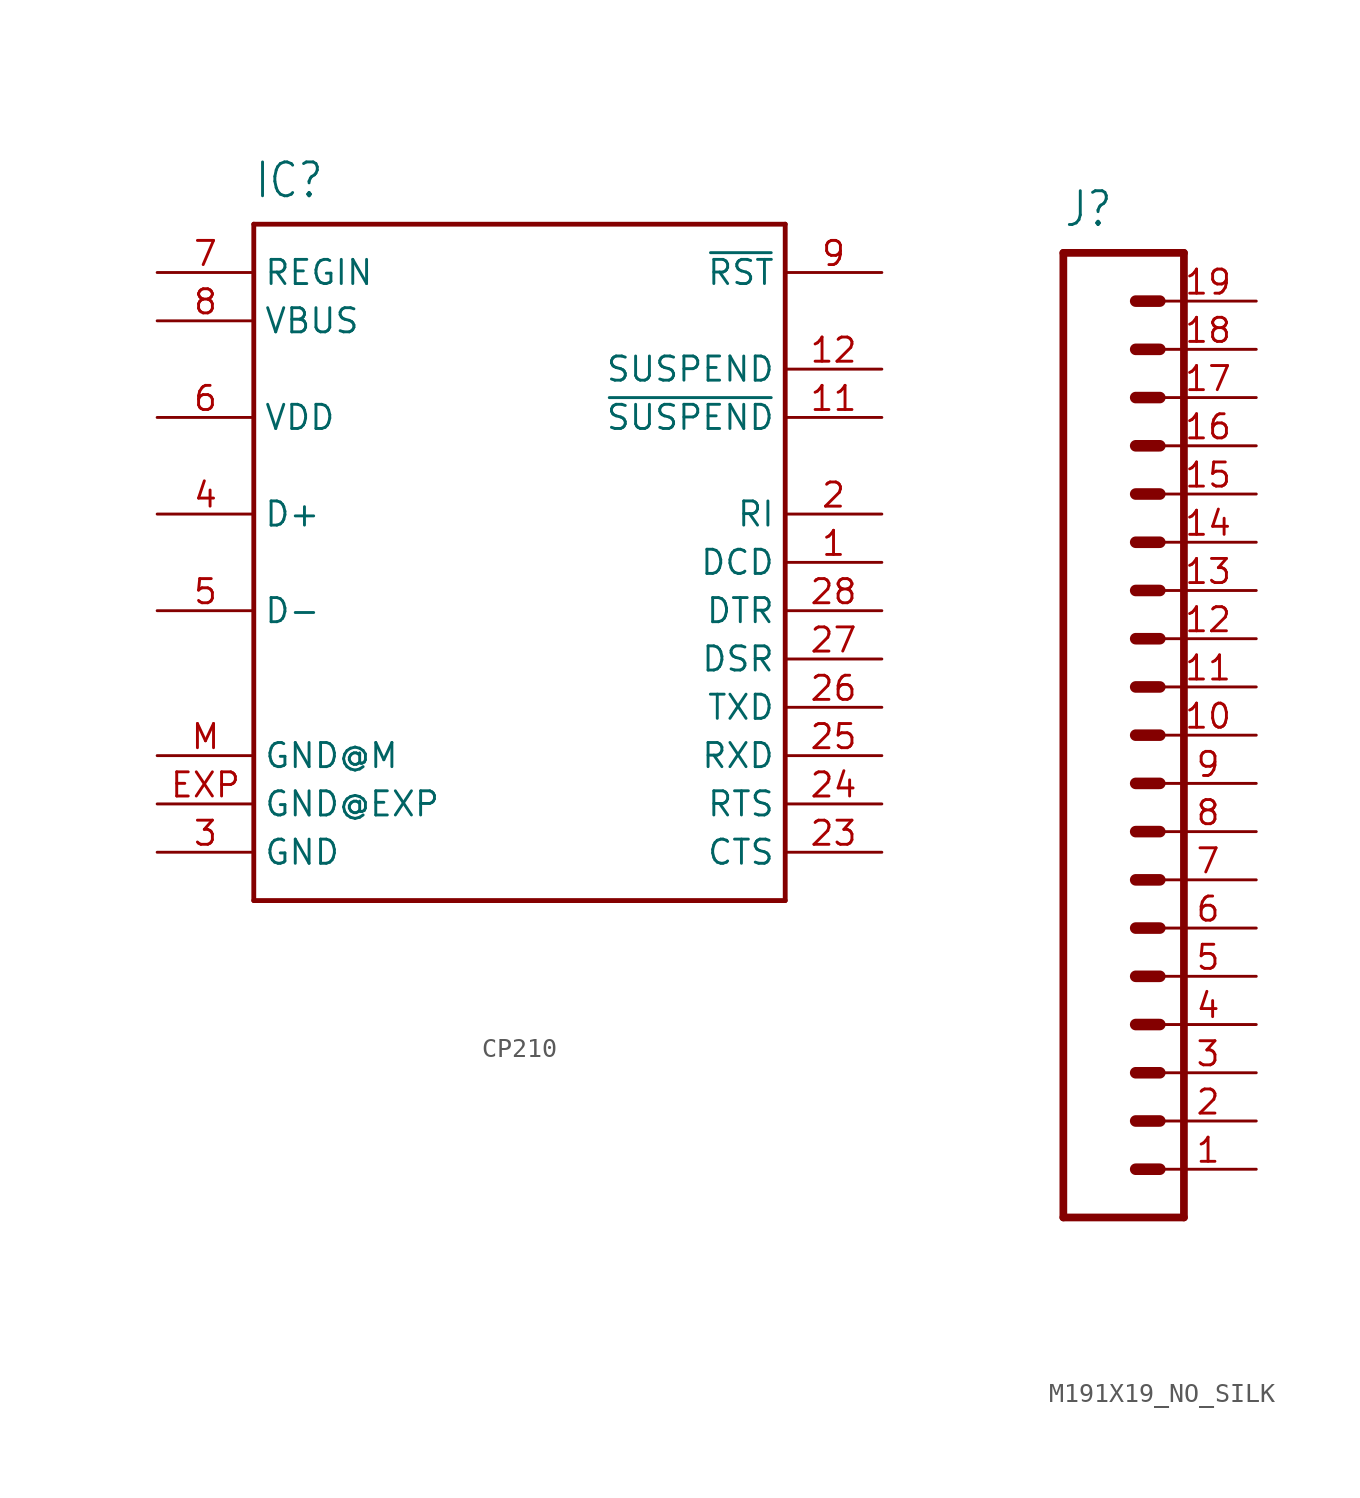
<source format=kicad_sym>
(kicad_symbol_lib
  (version 20231120)
  (generator "kicad_symbol_editor")
  (generator_version "8.0")
  (symbol "CP210"
    (property "Reference" "IC"
      (at -12.7 19.05 0)
      (effects (font (size 1.778 1.511)) (justify left bottom)))
    (property "Value" ""
      (at -12.7 -20.32 0)
      (effects (font (size 1.778 1.511)) (justify left bottom)))
    (property "ki_locked" ""
      (at 0 0 0)
      (effects (font (size 1.27 1.27))))
    (symbol "CP210_1_0"
      (polyline (pts (xy -12.7 -17.78) (xy -12.7 17.78)) (stroke (width 0.254) (type solid)) (fill (type none)))
      (polyline (pts (xy -12.7 17.78) (xy 15.24 17.78)) (stroke (width 0.254) (type solid)) (fill (type none)))
      (polyline (pts (xy 15.24 -17.78) (xy -12.7 -17.78)) (stroke (width 0.254) (type solid)) (fill (type none)))
      (polyline (pts (xy 15.24 17.78) (xy 15.24 -17.78)) (stroke (width 0.254) (type solid)) (fill (type none)))
      (pin input line (at 20.32 0 180) (length 5.08) (name "DCD" (effects (font (size 1.27 1.27)))) (number "1" (effects (font (size 1.27 1.27)))))
      (pin output line (at 20.32 7.62 180) (length 5.08) (name "~{SUSPEND}" (effects (font (size 1.27 1.27)))) (number "11" (effects (font (size 1.27 1.27)))))
      (pin output line (at 20.32 10.16 180) (length 5.08) (name "SUSPEND" (effects (font (size 1.27 1.27)))) (number "12" (effects (font (size 1.27 1.27)))))
      (pin input line (at 20.32 2.54 180) (length 5.08) (name "RI" (effects (font (size 1.27 1.27)))) (number "2" (effects (font (size 1.27 1.27)))))
      (pin input line (at 20.32 -15.24 180) (length 5.08) (name "CTS" (effects (font (size 1.27 1.27)))) (number "23" (effects (font (size 1.27 1.27)))))
      (pin output line (at 20.32 -12.7 180) (length 5.08) (name "RTS" (effects (font (size 1.27 1.27)))) (number "24" (effects (font (size 1.27 1.27)))))
      (pin input line (at 20.32 -10.16 180) (length 5.08) (name "RXD" (effects (font (size 1.27 1.27)))) (number "25" (effects (font (size 1.27 1.27)))))
      (pin output line (at 20.32 -7.62 180) (length 5.08) (name "TXD" (effects (font (size 1.27 1.27)))) (number "26" (effects (font (size 1.27 1.27)))))
      (pin input line (at 20.32 -5.08 180) (length 5.08) (name "DSR" (effects (font (size 1.27 1.27)))) (number "27" (effects (font (size 1.27 1.27)))))
      (pin output line (at 20.32 -2.54 180) (length 5.08) (name "DTR" (effects (font (size 1.27 1.27)))) (number "28" (effects (font (size 1.27 1.27)))))
      (pin power_in line (at -17.78 -15.24 0) (length 5.08) (name "GND" (effects (font (size 1.27 1.27)))) (number "3" (effects (font (size 1.27 1.27)))))
      (pin bidirectional line (at -17.78 2.54 0) (length 5.08) (name "D+" (effects (font (size 1.27 1.27)))) (number "4" (effects (font (size 1.27 1.27)))))
      (pin bidirectional line (at -17.78 -2.54 0) (length 5.08) (name "D-" (effects (font (size 1.27 1.27)))) (number "5" (effects (font (size 1.27 1.27)))))
      (pin power_in line (at -17.78 7.62 0) (length 5.08) (name "VDD" (effects (font (size 1.27 1.27)))) (number "6" (effects (font (size 1.27 1.27)))))
      (pin passive line (at -17.78 15.24 0) (length 5.08) (name "REGIN" (effects (font (size 1.27 1.27)))) (number "7" (effects (font (size 1.27 1.27)))))
      (pin input line (at -17.78 12.7 0) (length 5.08) (name "VBUS" (effects (font (size 1.27 1.27)))) (number "8" (effects (font (size 1.27 1.27)))))
      (pin bidirectional line (at 20.32 15.24 180) (length 5.08) (name "~{RST}" (effects (font (size 1.27 1.27)))) (number "9" (effects (font (size 1.27 1.27)))))
      (pin power_in line (at -17.78 -12.7 0) (length 5.08) (name "GND@EXP" (effects (font (size 1.27 1.27)))) (number "EXP" (effects (font (size 1.27 1.27)))))
      (pin power_in line (at -17.78 -10.16 0) (length 5.08) (name "GND@M" (effects (font (size 1.27 1.27)))) (number "M" (effects (font (size 1.27 1.27)))))))
  (symbol "M191X19_NO_SILK"
    (property "Reference" "J"
      (at 0 26.67 0)
      (effects (font (size 1.778 1.511)) (justify left bottom)))
    (property "Value" ""
      (at 0 -27.94 0)
      (effects (font (size 1.778 1.511)) (justify left bottom)))
    (property "ki_locked" ""
      (at 0 0 0)
      (effects (font (size 1.27 1.27))))
    (symbol "M191X19_NO_SILK_1_0"
      (polyline (pts (xy 0 25.4) (xy 0 -25.4)) (stroke (width 0.406) (type solid)) (fill (type none)))
      (polyline (pts (xy 0 25.4) (xy 6.35 25.4)) (stroke (width 0.406) (type solid)) (fill (type none)))
      (polyline (pts (xy 3.81 -22.86) (xy 5.08 -22.86)) (stroke (width 0.61) (type solid)) (fill (type none)))
      (polyline (pts (xy 3.81 -20.32) (xy 5.08 -20.32)) (stroke (width 0.61) (type solid)) (fill (type none)))
      (polyline (pts (xy 3.81 -17.78) (xy 5.08 -17.78)) (stroke (width 0.61) (type solid)) (fill (type none)))
      (polyline (pts (xy 3.81 -15.24) (xy 5.08 -15.24)) (stroke (width 0.61) (type solid)) (fill (type none)))
      (polyline (pts (xy 3.81 -12.7) (xy 5.08 -12.7)) (stroke (width 0.61) (type solid)) (fill (type none)))
      (polyline (pts (xy 3.81 -10.16) (xy 5.08 -10.16)) (stroke (width 0.61) (type solid)) (fill (type none)))
      (polyline (pts (xy 3.81 -7.62) (xy 5.08 -7.62)) (stroke (width 0.61) (type solid)) (fill (type none)))
      (polyline (pts (xy 3.81 -5.08) (xy 5.08 -5.08)) (stroke (width 0.61) (type solid)) (fill (type none)))
      (polyline (pts (xy 3.81 -2.54) (xy 5.08 -2.54)) (stroke (width 0.61) (type solid)) (fill (type none)))
      (polyline (pts (xy 3.81 0) (xy 5.08 0)) (stroke (width 0.61) (type solid)) (fill (type none)))
      (polyline (pts (xy 3.81 2.54) (xy 5.08 2.54)) (stroke (width 0.61) (type solid)) (fill (type none)))
      (polyline (pts (xy 3.81 5.08) (xy 5.08 5.08)) (stroke (width 0.61) (type solid)) (fill (type none)))
      (polyline (pts (xy 3.81 7.62) (xy 5.08 7.62)) (stroke (width 0.61) (type solid)) (fill (type none)))
      (polyline (pts (xy 3.81 10.16) (xy 5.08 10.16)) (stroke (width 0.61) (type solid)) (fill (type none)))
      (polyline (pts (xy 3.81 12.7) (xy 5.08 12.7)) (stroke (width 0.61) (type solid)) (fill (type none)))
      (polyline (pts (xy 3.81 15.24) (xy 5.08 15.24)) (stroke (width 0.61) (type solid)) (fill (type none)))
      (polyline (pts (xy 3.81 17.78) (xy 5.08 17.78)) (stroke (width 0.61) (type solid)) (fill (type none)))
      (polyline (pts (xy 3.81 20.32) (xy 5.08 20.32)) (stroke (width 0.61) (type solid)) (fill (type none)))
      (polyline (pts (xy 3.81 22.86) (xy 5.08 22.86)) (stroke (width 0.61) (type solid)) (fill (type none)))
      (polyline (pts (xy 6.35 -25.4) (xy 0 -25.4)) (stroke (width 0.406) (type solid)) (fill (type none)))
      (polyline (pts (xy 6.35 -25.4) (xy 6.35 25.4)) (stroke (width 0.406) (type solid)) (fill (type none)))
      (pin passive line (at 10.16 -22.86 180) (length 5.08) (name "1" (effects (font (size 0 0)))) (number "1" (effects (font (size 1.27 1.27)))))
      (pin passive line (at 10.16 0 180) (length 5.08) (name "10" (effects (font (size 0 0)))) (number "10" (effects (font (size 1.27 1.27)))))
      (pin passive line (at 10.16 2.54 180) (length 5.08) (name "11" (effects (font (size 0 0)))) (number "11" (effects (font (size 1.27 1.27)))))
      (pin passive line (at 10.16 5.08 180) (length 5.08) (name "12" (effects (font (size 0 0)))) (number "12" (effects (font (size 1.27 1.27)))))
      (pin passive line (at 10.16 7.62 180) (length 5.08) (name "13" (effects (font (size 0 0)))) (number "13" (effects (font (size 1.27 1.27)))))
      (pin passive line (at 10.16 10.16 180) (length 5.08) (name "14" (effects (font (size 0 0)))) (number "14" (effects (font (size 1.27 1.27)))))
      (pin passive line (at 10.16 12.7 180) (length 5.08) (name "15" (effects (font (size 0 0)))) (number "15" (effects (font (size 1.27 1.27)))))
      (pin passive line (at 10.16 15.24 180) (length 5.08) (name "16" (effects (font (size 0 0)))) (number "16" (effects (font (size 1.27 1.27)))))
      (pin passive line (at 10.16 17.78 180) (length 5.08) (name "17" (effects (font (size 0 0)))) (number "17" (effects (font (size 1.27 1.27)))))
      (pin passive line (at 10.16 20.32 180) (length 5.08) (name "18" (effects (font (size 0 0)))) (number "18" (effects (font (size 1.27 1.27)))))
      (pin passive line (at 10.16 22.86 180) (length 5.08) (name "19" (effects (font (size 0 0)))) (number "19" (effects (font (size 1.27 1.27)))))
      (pin passive line (at 10.16 -20.32 180) (length 5.08) (name "2" (effects (font (size 0 0)))) (number "2" (effects (font (size 1.27 1.27)))))
      (pin passive line (at 10.16 -17.78 180) (length 5.08) (name "3" (effects (font (size 0 0)))) (number "3" (effects (font (size 1.27 1.27)))))
      (pin passive line (at 10.16 -15.24 180) (length 5.08) (name "4" (effects (font (size 0 0)))) (number "4" (effects (font (size 1.27 1.27)))))
      (pin passive line (at 10.16 -12.7 180) (length 5.08) (name "5" (effects (font (size 0 0)))) (number "5" (effects (font (size 1.27 1.27)))))
      (pin passive line (at 10.16 -10.16 180) (length 5.08) (name "6" (effects (font (size 0 0)))) (number "6" (effects (font (size 1.27 1.27)))))
      (pin passive line (at 10.16 -7.62 180) (length 5.08) (name "7" (effects (font (size 0 0)))) (number "7" (effects (font (size 1.27 1.27)))))
      (pin passive line (at 10.16 -5.08 180) (length 5.08) (name "8" (effects (font (size 0 0)))) (number "8" (effects (font (size 1.27 1.27)))))
      (pin passive line (at 10.16 -2.54 180) (length 5.08) (name "9" (effects (font (size 0 0)))) (number "9" (effects (font (size 1.27 1.27))))))))
</source>
